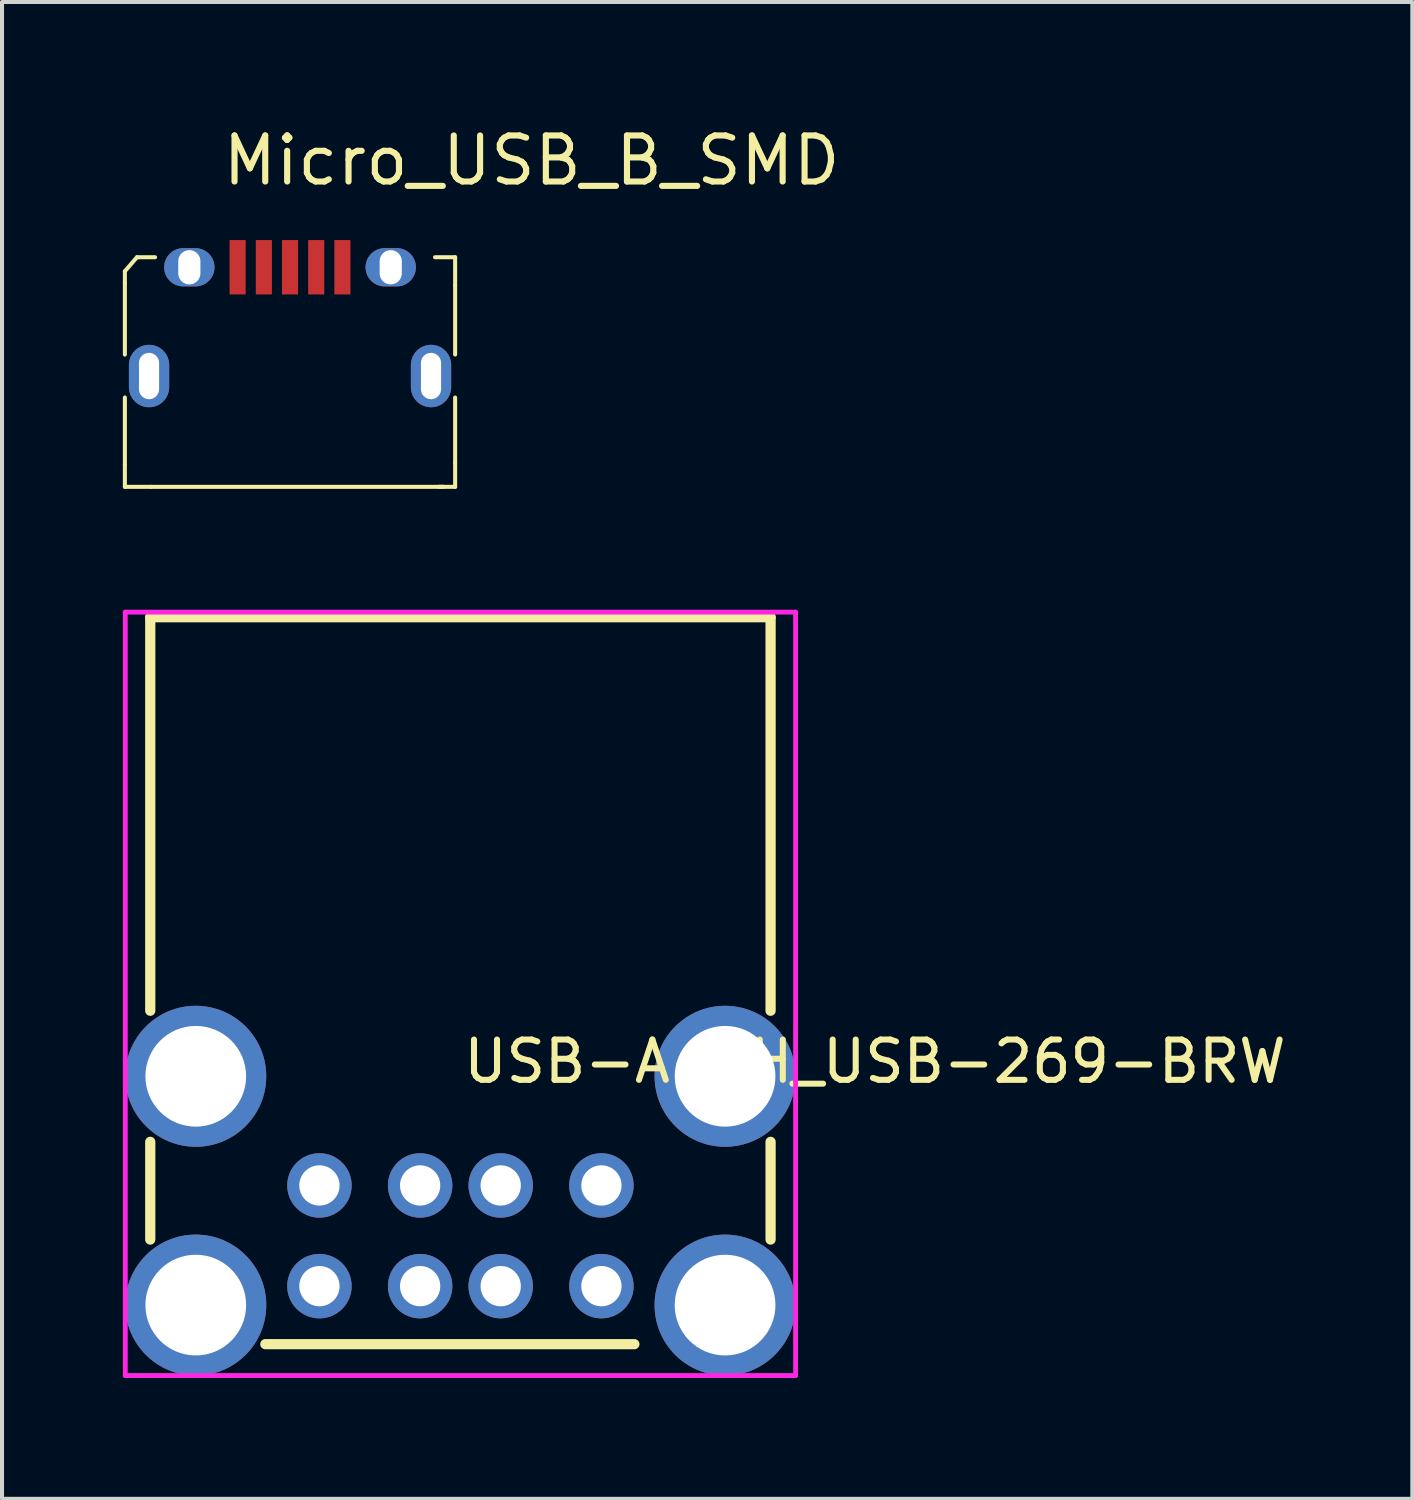
<source format=kicad_pcb>
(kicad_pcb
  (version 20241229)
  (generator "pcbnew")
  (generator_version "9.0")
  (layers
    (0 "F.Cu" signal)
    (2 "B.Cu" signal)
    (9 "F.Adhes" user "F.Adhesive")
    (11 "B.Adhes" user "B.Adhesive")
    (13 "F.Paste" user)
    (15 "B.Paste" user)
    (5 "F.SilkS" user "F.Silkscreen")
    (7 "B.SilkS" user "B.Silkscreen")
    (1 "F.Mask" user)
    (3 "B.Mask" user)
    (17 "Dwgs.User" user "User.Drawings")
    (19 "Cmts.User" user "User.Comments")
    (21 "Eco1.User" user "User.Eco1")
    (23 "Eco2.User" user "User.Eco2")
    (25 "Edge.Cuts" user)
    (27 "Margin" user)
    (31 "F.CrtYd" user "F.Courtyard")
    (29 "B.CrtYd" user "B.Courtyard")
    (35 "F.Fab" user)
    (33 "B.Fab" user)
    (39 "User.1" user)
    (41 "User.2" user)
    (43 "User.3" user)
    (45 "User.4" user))
  (footprint "Micro_USB_B_SMD"
    (layer "F.Cu")
    (at 4.15 4.935)
    (property "Reference" "Micro_USB_B_SMD" (at -1.75 -4 0) (layer "F.SilkS") (effects (font (size 1.143 1.143) (thickness 0.152)) (justify left)))
    (attr smd)
    (fp_line (start -4.1 -1.251) (end -4.1 -0.951) (stroke (width 0.1) (type solid)) (layer "F.SilkS"))
    (fp_line (start -4.1 0.818) (end -4.1 -0.951) (stroke (width 0.1) (type solid)) (layer "F.SilkS"))
    (fp_line (start -4.1 3.55) (end -4.1 1.882) (stroke (width 0.1) (type solid)) (layer "F.SilkS"))
    (fp_line (start -4.1 3.55) (end -4.1 4.101) (stroke (width 0.1) (type solid)) (layer "F.SilkS"))
    (fp_line (start -4.1 4.101) (end -3.449 4.101) (stroke (width 0.1) (type solid)) (layer "F.SilkS"))
    (fp_line (start -3.8 -1.599) (end -4.1 -1.251) (stroke (width 0.1) (type solid)) (layer "F.SilkS"))
    (fp_line (start -3.449 4.101) (end 3.81 4.101) (stroke (width 0.1) (type solid)) (layer "F.SilkS"))
    (fp_line (start -3.35 -1.599) (end -3.8 -1.599) (stroke (width 0.1) (type solid)) (layer "F.SilkS"))
    (fp_line (start 3.599 -1.599) (end 4.099 -1.599) (stroke (width 0.1) (type solid)) (layer "F.SilkS"))
    (fp_line (start 4.099 -1.599) (end 4.099 -0.9) (stroke (width 0.1) (type solid)) (layer "F.SilkS"))
    (fp_line (start 4.099 0.817) (end 4.099 -0.9) (stroke (width 0.1) (type solid)) (layer "F.SilkS"))
    (fp_line (start 4.099 3.499) (end 4.099 1.883) (stroke (width 0.1) (type solid)) (layer "F.SilkS"))
    (fp_line (start 4.099 3.499) (end 4.099 4.101) (stroke (width 0.1) (type solid)) (layer "F.SilkS"))
    (fp_line (start 4.099 4.101) (end 3.701 4.101) (stroke (width 0.1) (type solid)) (layer "F.SilkS"))
    (fp_poly (pts (xy -1.501 -2.026) (xy -1.1 -2.026) (xy -1.1 -0.674) (xy -1.501 -0.674)) (stroke (width 0) (type solid)) (fill yes) (layer "F.Paste"))
    (fp_poly (pts (xy -0.851 -2.026) (xy -0.45 -2.026) (xy -0.45 -0.674) (xy -0.851 -0.674)) (stroke (width 0) (type solid)) (fill yes) (layer "F.Paste"))
    (fp_poly (pts (xy -0.201 -2.026) (xy 0.201 -2.026) (xy 0.201 -0.674) (xy -0.201 -0.674)) (stroke (width 0) (type solid)) (fill yes) (layer "F.Paste"))
    (fp_poly (pts (xy 0.45 -2.026) (xy 0.851 -2.026) (xy 0.851 -0.674) (xy 0.45 -0.674)) (stroke (width 0) (type solid)) (fill yes) (layer "F.Paste"))
    (fp_poly (pts (xy 1.1 -2.026) (xy 1.501 -2.026) (xy 1.501 -0.674) (xy 1.1 -0.674)) (stroke (width 0) (type solid)) (fill yes) (layer "F.Paste"))
    (fp_poly (pts (xy -3.512 2.125) (xy -3.537 2.124) (xy -3.562 2.121) (xy -3.587 2.117) (xy -3.611 2.112) (xy -3.635 2.106) (xy -3.659 2.099) (xy -3.683 2.09) (xy -3.706 2.081) (xy -3.728 2.07) (xy -3.75 2.058) (xy -3.771 2.045) (xy -3.792 2.031) (xy -3.812 2.016) (xy -3.831 2) (xy -3.849 1.983) (xy -3.867 1.965) (xy -3.883 1.946) (xy -3.899 1.927) (xy -3.913 1.907) (xy -3.927 1.886) (xy -3.939 1.864) (xy -3.95 1.842) (xy -3.961 1.819) (xy -3.97 1.796) (xy -3.978 1.772) (xy -3.985 1.748) (xy -3.99 1.724) (xy -3.994 1.7) (xy -3.998 1.675) (xy -3.999 1.65) (xy -4 1.625) (xy -4 1.075) (xy -3.999 1.05) (xy -3.998 1.025) (xy -3.994 1) (xy -3.99 0.976) (xy -3.985 0.952) (xy -3.978 0.928) (xy -3.97 0.904) (xy -3.961 0.881) (xy -3.95 0.858) (xy -3.939 0.836) (xy -3.927 0.814) (xy -3.913 0.793) (xy -3.899 0.773) (xy -3.883 0.754) (xy -3.867 0.735) (xy -3.849 0.717) (xy -3.831 0.7) (xy -3.812 0.684) (xy -3.792 0.669) (xy -3.771 0.655) (xy -3.75 0.642) (xy -3.728 0.63) (xy -3.706 0.619) (xy -3.683 0.61) (xy -3.659 0.601) (xy -3.635 0.594) (xy -3.611 0.588) (xy -3.587 0.583) (xy -3.562 0.579) (xy -3.537 0.576) (xy -3.512 0.575) (xy -3.488 0.575) (xy -3.463 0.576) (xy -3.438 0.579) (xy -3.413 0.583) (xy -3.389 0.588) (xy -3.365 0.594) (xy -3.341 0.601) (xy -3.317 0.61) (xy -3.294 0.619) (xy -3.272 0.63) (xy -3.25 0.642) (xy -3.229 0.655) (xy -3.208 0.669) (xy -3.188 0.684) (xy -3.169 0.7) (xy -3.151 0.717) (xy -3.133 0.735) (xy -3.117 0.754) (xy -3.101 0.773) (xy -3.087 0.793) (xy -3.073 0.814) (xy -3.061 0.836) (xy -3.049 0.858) (xy -3.039 0.881) (xy -3.03 0.904) (xy -3.022 0.928) (xy -3.015 0.952) (xy -3.01 0.976) (xy -3.006 1) (xy -3.002 1.025) (xy -3.001 1.05) (xy -3 1.075) (xy -3 1.625) (xy -3.001 1.65) (xy -3.002 1.675) (xy -3.006 1.7) (xy -3.01 1.724) (xy -3.015 1.748) (xy -3.022 1.772) (xy -3.03 1.796) (xy -3.039 1.819) (xy -3.049 1.842) (xy -3.061 1.864) (xy -3.073 1.886) (xy -3.087 1.907) (xy -3.101 1.927) (xy -3.117 1.946) (xy -3.133 1.965) (xy -3.151 1.983) (xy -3.169 2) (xy -3.188 2.016) (xy -3.208 2.031) (xy -3.229 2.045) (xy -3.25 2.058) (xy -3.272 2.07) (xy -3.294 2.081) (xy -3.317 2.09) (xy -3.341 2.099) (xy -3.365 2.106) (xy -3.389 2.112) (xy -3.413 2.117) (xy -3.438 2.121) (xy -3.463 2.124) (xy -3.488 2.125)) (stroke (width 0) (type solid)) (fill yes) (layer "F.Paste"))
    (fp_poly (pts (xy -2.65 -0.875) (xy -2.674 -0.876) (xy -2.697 -0.877) (xy -2.721 -0.88) (xy -2.744 -0.884) (xy -2.767 -0.89) (xy -2.79 -0.896) (xy -2.812 -0.904) (xy -2.835 -0.912) (xy -2.856 -0.922) (xy -2.877 -0.933) (xy -2.898 -0.945) (xy -2.918 -0.958) (xy -2.937 -0.971) (xy -2.955 -0.986) (xy -2.973 -1.002) (xy -2.99 -1.018) (xy -3.006 -1.036) (xy -3.021 -1.054) (xy -3.036 -1.073) (xy -3.049 -1.092) (xy -3.061 -1.113) (xy -3.073 -1.133) (xy -3.083 -1.155) (xy -3.092 -1.176) (xy -3.1 -1.199) (xy -3.107 -1.221) (xy -3.113 -1.244) (xy -3.118 -1.268) (xy -3.121 -1.291) (xy -3.124 -1.315) (xy -3.125 -1.338) (xy -3.125 -1.362) (xy -3.124 -1.386) (xy -3.121 -1.409) (xy -3.118 -1.432) (xy -3.113 -1.456) (xy -3.107 -1.479) (xy -3.1 -1.501) (xy -3.092 -1.524) (xy -3.083 -1.545) (xy -3.073 -1.567) (xy -3.061 -1.588) (xy -3.049 -1.608) (xy -3.036 -1.627) (xy -3.021 -1.646) (xy -3.006 -1.664) (xy -2.99 -1.682) (xy -2.973 -1.698) (xy -2.955 -1.714) (xy -2.937 -1.729) (xy -2.918 -1.742) (xy -2.898 -1.755) (xy -2.877 -1.767) (xy -2.856 -1.778) (xy -2.835 -1.788) (xy -2.812 -1.796) (xy -2.79 -1.804) (xy -2.767 -1.81) (xy -2.744 -1.816) (xy -2.721 -1.82) (xy -2.697 -1.823) (xy -2.674 -1.824) (xy -2.65 -1.825) (xy -2.35 -1.825) (xy -2.326 -1.824) (xy -2.303 -1.823) (xy -2.279 -1.82) (xy -2.256 -1.816) (xy -2.233 -1.81) (xy -2.21 -1.804) (xy -2.188 -1.796) (xy -2.165 -1.788) (xy -2.144 -1.778) (xy -2.123 -1.767) (xy -2.102 -1.755) (xy -2.082 -1.742) (xy -2.063 -1.729) (xy -2.045 -1.714) (xy -2.027 -1.698) (xy -2.01 -1.682) (xy -1.994 -1.664) (xy -1.979 -1.646) (xy -1.964 -1.627) (xy -1.951 -1.608) (xy -1.939 -1.588) (xy -1.927 -1.567) (xy -1.917 -1.545) (xy -1.908 -1.524) (xy -1.9 -1.501) (xy -1.893 -1.479) (xy -1.887 -1.456) (xy -1.882 -1.432) (xy -1.879 -1.409) (xy -1.876 -1.386) (xy -1.875 -1.362) (xy -1.875 -1.338) (xy -1.876 -1.315) (xy -1.879 -1.291) (xy -1.882 -1.268) (xy -1.887 -1.244) (xy -1.893 -1.221) (xy -1.9 -1.199) (xy -1.908 -1.176) (xy -1.917 -1.155) (xy -1.927 -1.133) (xy -1.939 -1.113) (xy -1.951 -1.092) (xy -1.964 -1.073) (xy -1.979 -1.054) (xy -1.994 -1.036) (xy -2.01 -1.018) (xy -2.027 -1.002) (xy -2.045 -0.986) (xy -2.063 -0.971) (xy -2.082 -0.958) (xy -2.102 -0.945) (xy -2.123 -0.933) (xy -2.144 -0.922) (xy -2.165 -0.912) (xy -2.188 -0.904) (xy -2.21 -0.896) (xy -2.233 -0.89) (xy -2.256 -0.884) (xy -2.279 -0.88) (xy -2.303 -0.877) (xy -2.326 -0.876) (xy -2.35 -0.875)) (stroke (width 0) (type solid)) (fill yes) (layer "F.Paste"))
    (fp_poly (pts (xy 2.35 -0.875) (xy 2.326 -0.876) (xy 2.303 -0.877) (xy 2.279 -0.88) (xy 2.256 -0.884) (xy 2.233 -0.89) (xy 2.21 -0.896) (xy 2.188 -0.904) (xy 2.165 -0.912) (xy 2.144 -0.922) (xy 2.123 -0.933) (xy 2.102 -0.945) (xy 2.082 -0.958) (xy 2.063 -0.971) (xy 2.045 -0.986) (xy 2.027 -1.002) (xy 2.01 -1.018) (xy 1.994 -1.036) (xy 1.979 -1.054) (xy 1.964 -1.073) (xy 1.951 -1.092) (xy 1.939 -1.113) (xy 1.927 -1.133) (xy 1.917 -1.155) (xy 1.908 -1.176) (xy 1.9 -1.199) (xy 1.893 -1.221) (xy 1.887 -1.244) (xy 1.882 -1.268) (xy 1.879 -1.291) (xy 1.876 -1.315) (xy 1.875 -1.338) (xy 1.875 -1.362) (xy 1.876 -1.386) (xy 1.879 -1.409) (xy 1.882 -1.432) (xy 1.887 -1.456) (xy 1.893 -1.479) (xy 1.9 -1.501) (xy 1.908 -1.524) (xy 1.917 -1.545) (xy 1.927 -1.567) (xy 1.939 -1.588) (xy 1.951 -1.608) (xy 1.964 -1.627) (xy 1.979 -1.646) (xy 1.994 -1.664) (xy 2.01 -1.682) (xy 2.027 -1.698) (xy 2.045 -1.714) (xy 2.063 -1.729) (xy 2.082 -1.742) (xy 2.102 -1.755) (xy 2.123 -1.767) (xy 2.144 -1.778) (xy 2.165 -1.788) (xy 2.188 -1.796) (xy 2.21 -1.804) (xy 2.233 -1.81) (xy 2.256 -1.816) (xy 2.279 -1.82) (xy 2.303 -1.823) (xy 2.326 -1.824) (xy 2.35 -1.825) (xy 2.65 -1.825) (xy 2.674 -1.824) (xy 2.697 -1.823) (xy 2.721 -1.82) (xy 2.744 -1.816) (xy 2.767 -1.81) (xy 2.79 -1.804) (xy 2.812 -1.796) (xy 2.835 -1.788) (xy 2.856 -1.778) (xy 2.877 -1.767) (xy 2.898 -1.755) (xy 2.918 -1.742) (xy 2.937 -1.729) (xy 2.955 -1.714) (xy 2.973 -1.698) (xy 2.99 -1.682) (xy 3.006 -1.664) (xy 3.021 -1.646) (xy 3.036 -1.627) (xy 3.049 -1.608) (xy 3.061 -1.588) (xy 3.073 -1.567) (xy 3.083 -1.545) (xy 3.092 -1.524) (xy 3.1 -1.501) (xy 3.107 -1.479) (xy 3.113 -1.456) (xy 3.118 -1.432) (xy 3.121 -1.409) (xy 3.124 -1.386) (xy 3.125 -1.362) (xy 3.125 -1.338) (xy 3.124 -1.315) (xy 3.121 -1.291) (xy 3.118 -1.268) (xy 3.113 -1.244) (xy 3.107 -1.221) (xy 3.1 -1.199) (xy 3.092 -1.176) (xy 3.083 -1.155) (xy 3.073 -1.133) (xy 3.061 -1.113) (xy 3.049 -1.092) (xy 3.036 -1.073) (xy 3.021 -1.054) (xy 3.006 -1.036) (xy 2.99 -1.018) (xy 2.973 -1.002) (xy 2.955 -0.986) (xy 2.937 -0.971) (xy 2.918 -0.958) (xy 2.898 -0.945) (xy 2.877 -0.933) (xy 2.856 -0.922) (xy 2.835 -0.912) (xy 2.812 -0.904) (xy 2.79 -0.896) (xy 2.767 -0.89) (xy 2.744 -0.884) (xy 2.721 -0.88) (xy 2.697 -0.877) (xy 2.674 -0.876) (xy 2.65 -0.875)) (stroke (width 0) (type solid)) (fill yes) (layer "F.Paste"))
    (fp_poly (pts (xy 3.488 2.125) (xy 3.463 2.124) (xy 3.438 2.121) (xy 3.413 2.117) (xy 3.389 2.112) (xy 3.365 2.106) (xy 3.341 2.099) (xy 3.317 2.09) (xy 3.294 2.081) (xy 3.272 2.07) (xy 3.25 2.058) (xy 3.229 2.045) (xy 3.208 2.031) (xy 3.188 2.016) (xy 3.169 2) (xy 3.151 1.983) (xy 3.133 1.965) (xy 3.117 1.946) (xy 3.101 1.927) (xy 3.087 1.907) (xy 3.073 1.886) (xy 3.061 1.864) (xy 3.049 1.842) (xy 3.039 1.819) (xy 3.03 1.796) (xy 3.022 1.772) (xy 3.015 1.748) (xy 3.01 1.724) (xy 3.006 1.7) (xy 3.002 1.675) (xy 3.001 1.65) (xy 3 1.625) (xy 3 1.075) (xy 3.001 1.05) (xy 3.002 1.025) (xy 3.006 1) (xy 3.01 0.976) (xy 3.015 0.952) (xy 3.022 0.928) (xy 3.03 0.904) (xy 3.039 0.881) (xy 3.049 0.858) (xy 3.061 0.836) (xy 3.073 0.814) (xy 3.087 0.793) (xy 3.101 0.773) (xy 3.117 0.754) (xy 3.133 0.735) (xy 3.151 0.717) (xy 3.169 0.7) (xy 3.188 0.684) (xy 3.208 0.669) (xy 3.229 0.655) (xy 3.25 0.642) (xy 3.272 0.63) (xy 3.294 0.619) (xy 3.317 0.61) (xy 3.341 0.601) (xy 3.365 0.594) (xy 3.389 0.588) (xy 3.413 0.583) (xy 3.438 0.579) (xy 3.463 0.576) (xy 3.488 0.575) (xy 3.512 0.575) (xy 3.537 0.576) (xy 3.562 0.579) (xy 3.587 0.583) (xy 3.611 0.588) (xy 3.635 0.594) (xy 3.659 0.601) (xy 3.683 0.61) (xy 3.706 0.619) (xy 3.728 0.63) (xy 3.75 0.642) (xy 3.771 0.655) (xy 3.792 0.669) (xy 3.812 0.684) (xy 3.831 0.7) (xy 3.849 0.717) (xy 3.867 0.735) (xy 3.883 0.754) (xy 3.899 0.773) (xy 3.913 0.793) (xy 3.927 0.814) (xy 3.939 0.836) (xy 3.95 0.858) (xy 3.961 0.881) (xy 3.97 0.904) (xy 3.978 0.928) (xy 3.985 0.952) (xy 3.99 0.976) (xy 3.994 1) (xy 3.998 1.025) (xy 3.999 1.05) (xy 4 1.075) (xy 4 1.625) (xy 3.999 1.65) (xy 3.998 1.675) (xy 3.994 1.7) (xy 3.99 1.724) (xy 3.985 1.748) (xy 3.978 1.772) (xy 3.97 1.796) (xy 3.961 1.819) (xy 3.95 1.842) (xy 3.939 1.864) (xy 3.927 1.886) (xy 3.913 1.907) (xy 3.899 1.927) (xy 3.883 1.946) (xy 3.867 1.965) (xy 3.849 1.983) (xy 3.831 2) (xy 3.812 2.016) (xy 3.792 2.031) (xy 3.771 2.045) (xy 3.75 2.058) (xy 3.728 2.07) (xy 3.706 2.081) (xy 3.683 2.09) (xy 3.659 2.099) (xy 3.635 2.106) (xy 3.611 2.112) (xy 3.587 2.117) (xy 3.562 2.121) (xy 3.537 2.124) (xy 3.512 2.125)) (stroke (width 0) (type solid)) (fill yes) (layer "F.Paste"))
    (pad "1" smd rect (at -1.301 -1.35) (size 0.4 1.35) (layers "F.Cu" "F.Mask" "F.Paste"))
    (pad "2" smd rect (at -0.65 -1.35) (size 0.4 1.35) (layers "F.Cu" "F.Mask" "F.Paste"))
    (pad "3" smd rect (at 0 -1.35) (size 0.4 1.35) (layers "F.Cu" "F.Mask" "F.Paste"))
    (pad "4" smd rect (at 0.65 -1.35) (size 0.4 1.35) (layers "F.Cu" "F.Mask" "F.Paste"))
    (pad "5" smd rect (at 1.3 -1.35) (size 0.4 1.35) (layers "F.Cu" "F.Mask" "F.Paste"))
    (pad "6" thru_hole oval (at -3.5 1.35) (size 1 1.55) (drill oval 0.5 1.15) (layers "*.Cu" "*.Paste" "*.Mask"))
    (pad "6" thru_hole oval (at -2.5 -1.35) (size 1.25 0.95) (drill oval 0.55 0.85) (layers "*.Cu" "*.Paste" "*.Mask"))
    (pad "6" thru_hole oval (at 2.5 -1.35) (size 1.25 0.95) (drill oval 0.55 0.85) (layers "*.Cu" "*.Paste" "*.Mask"))
    (pad "6" thru_hole oval (at 3.5 1.35) (size 1 1.55) (drill oval 0.5 1.15) (layers "*.Cu" "*.Paste" "*.Mask")))
  (footprint "USB-A-TH_USB-269-BRW"
    (layer "F.Cu")
    (at 8.38 26.509)
    (property "Reference" "USB-A-TH_USB-269-BRW" (at 0 -3.207 0) (layer "F.SilkS") (effects (font (size 1 1) (thickness 0.15)) (justify left)))
    (attr through_hole)
    (fp_line (start -7.7 -14.236) (end -7.7 -4.467) (stroke (width 0.254) (type solid)) (layer "F.SilkS"))
    (fp_line (start -7.7 -1.213) (end -7.7 1.213) (stroke (width 0.254) (type solid)) (layer "F.SilkS"))
    (fp_line (start 4.318 3.81) (end -4.843 3.81) (stroke (width 0.254) (type solid)) (layer "F.SilkS"))
    (fp_line (start 7.7 -14.236) (end -7.7 -14.236) (stroke (width 0.254) (type solid)) (layer "F.SilkS"))
    (fp_line (start 7.7 -14.236) (end 7.7 -4.467) (stroke (width 0.254) (type solid)) (layer "F.SilkS"))
    (fp_line (start 7.7 -1.213) (end 7.7 1.213) (stroke (width 0.254) (type solid)) (layer "F.SilkS"))
    (fp_circle (center -6.57 -2.84) (end -5.995 -2.84) (stroke (width 1.15) (type solid)) (fill no) (layer "Eco2.User"))
    (fp_circle (center -6.57 2.84) (end -5.995 2.84) (stroke (width 1.15) (type solid)) (fill no) (layer "Eco2.User"))
    (fp_circle (center -3.5 -0.13) (end -3.3 -0.13) (stroke (width 0.4) (type solid)) (fill no) (layer "Eco2.User"))
    (fp_circle (center -3.5 2.37) (end -3.3 2.37) (stroke (width 0.4) (type solid)) (fill no) (layer "Eco2.User"))
    (fp_circle (center -1 -0.13) (end -0.8 -0.13) (stroke (width 0.4) (type solid)) (fill no) (layer "Eco2.User"))
    (fp_circle (center -1 2.37) (end -0.8 2.37) (stroke (width 0.4) (type solid)) (fill no) (layer "Eco2.User"))
    (fp_circle (center 1 -0.13) (end 1.2 -0.13) (stroke (width 0.4) (type solid)) (fill no) (layer "Eco2.User"))
    (fp_circle (center 1 2.37) (end 1.2 2.37) (stroke (width 0.4) (type solid)) (fill no) (layer "Eco2.User"))
    (fp_circle (center 3.5 -0.13) (end 3.7 -0.13) (stroke (width 0.4) (type solid)) (fill no) (layer "Eco2.User"))
    (fp_circle (center 3.5 2.37) (end 3.7 2.37) (stroke (width 0.4) (type solid)) (fill no) (layer "Eco2.User"))
    (fp_circle (center 6.57 -2.84) (end 7.145 -2.84) (stroke (width 1.15) (type solid)) (fill no) (layer "Eco2.User"))
    (fp_circle (center 6.57 2.84) (end 7.145 2.84) (stroke (width 1.15) (type solid)) (fill no) (layer "Eco2.User"))
    (fp_circle (center 8.32 4.59) (end 8.35 4.59) (stroke (width 0.06) (type solid)) (fill no) (layer "Eco2.User"))
    (fp_line (start -8.32 -14.363) (end 8.32 -14.363) (stroke (width 0.12) (type solid)) (layer "F.CrtYd"))
    (fp_line (start -8.32 4.59) (end -8.32 -14.363) (stroke (width 0.12) (type solid)) (layer "F.CrtYd"))
    (fp_line (start 8.32 -14.363) (end 8.32 4.59) (stroke (width 0.12) (type solid)) (layer "F.CrtYd"))
    (fp_line (start 8.32 4.59) (end -8.32 4.59) (stroke (width 0.12) (type solid)) (layer "F.CrtYd"))
    (pad "1" thru_hole circle (at 3.5 2.37) (size 1.6 1.6) (drill 1) (layers "*.Cu" "*.Mask"))
    (pad "2" thru_hole circle (at 1 2.37) (size 1.6 1.6) (drill 1) (layers "*.Cu" "*.Mask"))
    (pad "3" thru_hole circle (at -1 2.37) (size 1.6 1.6) (drill 1) (layers "*.Cu" "*.Mask"))
    (pad "4" thru_hole circle (at -3.5 2.37) (size 1.6 1.6) (drill 1) (layers "*.Cu" "*.Mask"))
    (pad "5" thru_hole circle (at 3.5 -0.13) (size 1.6 1.6) (drill 1) (layers "*.Cu" "*.Mask"))
    (pad "6" thru_hole circle (at 1 -0.13) (size 1.6 1.6) (drill 1) (layers "*.Cu" "*.Mask"))
    (pad "7" thru_hole circle (at -1 -0.13) (size 1.6 1.6) (drill 1) (layers "*.Cu" "*.Mask"))
    (pad "8" thru_hole circle (at -3.5 -0.13) (size 1.6 1.6) (drill 1) (layers "*.Cu" "*.Mask"))
    (pad "9" thru_hole circle (at -6.57 -2.84) (size 3.5 3.5) (drill 2.5) (layers "*.Cu" "*.Mask"))
    (pad "10" thru_hole circle (at -6.57 2.84) (size 3.5 3.5) (drill 2.5) (layers "*.Cu" "*.Mask"))
    (pad "11" thru_hole circle (at 6.57 2.84) (size 3.5 3.5) (drill 2.5) (layers "*.Cu" "*.Mask"))
    (pad "12" thru_hole circle (at 6.57 -2.84) (size 3.5 3.5) (drill 2.5) (layers "*.Cu" "*.Mask")))
  (gr_rect
    (start -3 -3)
    (end 32.011 34.159)
    (stroke (width 0.1) (type default))
    (fill no)
    (layer "Edge.Cuts")))
</source>
